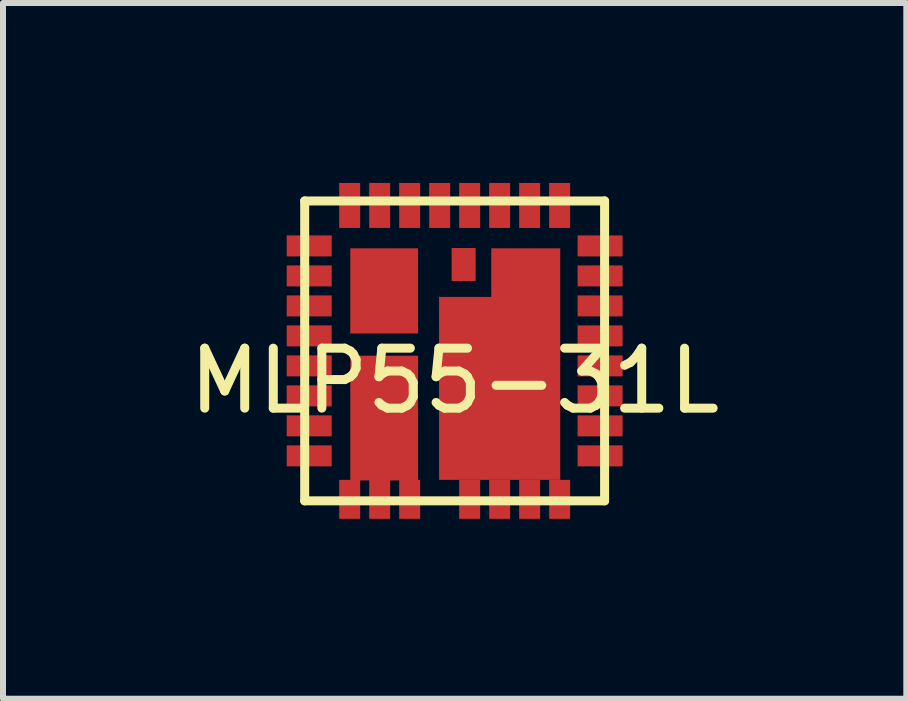
<source format=kicad_pcb>
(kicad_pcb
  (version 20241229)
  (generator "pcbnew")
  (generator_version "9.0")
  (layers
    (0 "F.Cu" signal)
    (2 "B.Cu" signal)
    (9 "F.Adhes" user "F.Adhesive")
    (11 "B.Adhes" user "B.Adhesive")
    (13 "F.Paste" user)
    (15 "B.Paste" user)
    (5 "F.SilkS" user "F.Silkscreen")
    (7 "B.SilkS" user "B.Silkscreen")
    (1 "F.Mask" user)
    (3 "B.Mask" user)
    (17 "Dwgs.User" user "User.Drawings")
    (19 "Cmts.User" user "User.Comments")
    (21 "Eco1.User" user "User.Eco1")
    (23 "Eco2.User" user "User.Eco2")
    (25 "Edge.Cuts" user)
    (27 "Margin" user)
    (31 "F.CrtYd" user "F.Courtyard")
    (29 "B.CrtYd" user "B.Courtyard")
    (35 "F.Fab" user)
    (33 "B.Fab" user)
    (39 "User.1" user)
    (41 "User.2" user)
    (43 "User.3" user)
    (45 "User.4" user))
  (footprint "MLP55-31L"
    (layer "F.Cu")
    (at 4.53 2.8)
    (property "Reference" "MLP55-31L" (at 0 0.5 0) (layer "F.SilkS") (effects (font (size 1 1) (thickness 0.15))))
    (attr through_hole)
    (fp_line (start -2.5 -2.5) (end 2.5 -2.5) (stroke (width 0.15) (type solid)) (layer "F.SilkS"))
    (fp_line (start -2.5 2.5) (end -2.5 -2.5) (stroke (width 0.15) (type solid)) (layer "F.SilkS"))
    (fp_line (start 2.5 -2.5) (end 2.5 2.5) (stroke (width 0.15) (type solid)) (layer "F.SilkS"))
    (fp_line (start 2.5 2.5) (end -2.5 2.5) (stroke (width 0.15) (type solid)) (layer "F.SilkS"))
    (pad "1" smd rect (at -2.425 -1.75) (size 0.75 0.35) (layers "F.Cu" "F.Mask" "F.Paste"))
    (pad "2" smd rect (at -2.425 -1.25) (size 0.75 0.35) (layers "F.Cu" "F.Mask" "F.Paste"))
    (pad "3" smd rect (at -2.425 -0.75) (size 0.75 0.35) (layers "F.Cu" "F.Mask" "F.Paste"))
    (pad "4" smd rect (at -2.425 -0.25) (size 0.75 0.35) (layers "F.Cu" "F.Mask" "F.Paste"))
    (pad "5" smd rect (at -2.425 0.25) (size 0.75 0.35) (layers "F.Cu" "F.Mask" "F.Paste"))
    (pad "6" smd rect (at -2.425 0.75) (size 0.75 0.35) (layers "F.Cu" "F.Mask" "F.Paste"))
    (pad "7" smd rect (at -2.425 1.25) (size 0.75 0.35) (layers "F.Cu" "F.Mask" "F.Paste"))
    (pad "8" smd rect (at -2.425 1.75) (size 0.75 0.35) (layers "F.Cu" "F.Mask" "F.Paste"))
    (pad "9" smd rect (at -1.75 2.475) (size 0.35 0.65) (layers "F.Cu" "F.Mask" "F.Paste"))
    (pad "10" smd rect (at -1.25 2.475) (size 0.35 0.65) (layers "F.Cu" "F.Mask" "F.Paste"))
    (pad "11" smd rect (at -0.75 2.475) (size 0.35 0.65) (layers "F.Cu" "F.Mask" "F.Paste"))
    (pad "12" smd rect (at 0.25 2.475) (size 0.35 0.65) (layers "F.Cu" "F.Mask" "F.Paste"))
    (pad "13" smd rect (at 0.75 2.475) (size 0.35 0.65) (layers "F.Cu" "F.Mask" "F.Paste"))
    (pad "14" smd rect (at 1.25 2.475) (size 0.35 0.65) (layers "F.Cu" "F.Mask" "F.Paste"))
    (pad "15" smd rect (at 1.75 2.475) (size 0.35 0.65) (layers "F.Cu" "F.Mask" "F.Paste"))
    (pad "16" smd rect (at 2.425 1.75) (size 0.75 0.35) (layers "F.Cu" "F.Mask" "F.Paste"))
    (pad "17" smd rect (at 2.425 1.25) (size 0.75 0.35) (layers "F.Cu" "F.Mask" "F.Paste"))
    (pad "18" smd rect (at 2.425 0.75) (size 0.75 0.35) (layers "F.Cu" "F.Mask" "F.Paste"))
    (pad "19" smd rect (at 2.425 0.25) (size 0.75 0.35) (layers "F.Cu" "F.Mask" "F.Paste"))
    (pad "20" smd rect (at 2.425 -0.25) (size 0.75 0.35) (layers "F.Cu" "F.Mask" "F.Paste"))
    (pad "21" smd rect (at 2.425 -0.75) (size 0.75 0.35) (layers "F.Cu" "F.Mask" "F.Paste"))
    (pad "22" smd rect (at 2.425 -1.25) (size 0.75 0.35) (layers "F.Cu" "F.Mask" "F.Paste"))
    (pad "23" smd rect (at 2.425 -1.75) (size 0.75 0.35) (layers "F.Cu" "F.Mask" "F.Paste"))
    (pad "24" smd rect (at 1.75 -2.425) (size 0.35 0.75) (layers "F.Cu" "F.Mask" "F.Paste"))
    (pad "25" smd rect (at 1.25 -2.425) (size 0.35 0.75) (layers "F.Cu" "F.Mask" "F.Paste"))
    (pad "26" smd rect (at 0.75 -2.425) (size 0.35 0.75) (layers "F.Cu" "F.Mask" "F.Paste"))
    (pad "27" smd rect (at 0.25 -2.425) (size 0.35 0.75) (layers "F.Cu" "F.Mask" "F.Paste"))
    (pad "28" smd rect (at -0.25 -2.425) (size 0.35 0.75) (layers "F.Cu" "F.Mask" "F.Paste"))
    (pad "29" smd rect (at -0.75 -2.425) (size 0.35 0.75) (layers "F.Cu" "F.Mask" "F.Paste"))
    (pad "30" smd rect (at -1.25 -2.425) (size 0.35 0.75) (layers "F.Cu" "F.Mask" "F.Paste"))
    (pad "31" smd rect (at -1.75 -2.425) (size 0.35 0.75) (layers "F.Cu" "F.Mask" "F.Paste"))
    (pad "32" smd rect (at -1.175 -1) (size 1.13 1.42) (layers "F.Cu" "F.Mask" "F.Paste"))
    (pad "33" smd rect (at 0.15 -1.44) (size 0.4 0.55) (layers "F.Cu" "F.Mask" "F.Paste"))
    (pad "34" smd rect (at -1.175 1.12) (size 1.13 2.08) (layers "F.Cu" "F.Mask" "F.Paste"))
    (pad "35" smd rect (at 0.75 0.625) (size 2.02 3.05) (layers "F.Cu" "F.Mask" "F.Paste"))
    (pad "35" smd rect (at 1.185 -1.3) (size 1.15 0.82) (layers "F.Cu" "F.Mask" "F.Paste")))
  (gr_rect
    (start -3 -3)
    (end 12.06 8.6)
    (stroke (width 0.1) (type default))
    (fill no)
    (layer "Edge.Cuts")))
</source>
